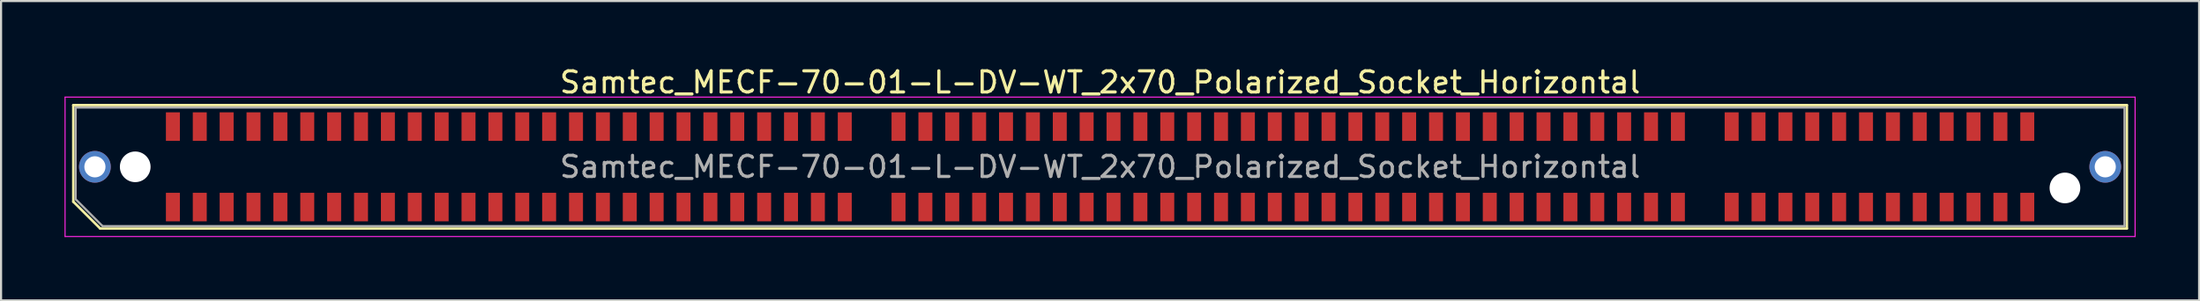
<source format=kicad_pcb>
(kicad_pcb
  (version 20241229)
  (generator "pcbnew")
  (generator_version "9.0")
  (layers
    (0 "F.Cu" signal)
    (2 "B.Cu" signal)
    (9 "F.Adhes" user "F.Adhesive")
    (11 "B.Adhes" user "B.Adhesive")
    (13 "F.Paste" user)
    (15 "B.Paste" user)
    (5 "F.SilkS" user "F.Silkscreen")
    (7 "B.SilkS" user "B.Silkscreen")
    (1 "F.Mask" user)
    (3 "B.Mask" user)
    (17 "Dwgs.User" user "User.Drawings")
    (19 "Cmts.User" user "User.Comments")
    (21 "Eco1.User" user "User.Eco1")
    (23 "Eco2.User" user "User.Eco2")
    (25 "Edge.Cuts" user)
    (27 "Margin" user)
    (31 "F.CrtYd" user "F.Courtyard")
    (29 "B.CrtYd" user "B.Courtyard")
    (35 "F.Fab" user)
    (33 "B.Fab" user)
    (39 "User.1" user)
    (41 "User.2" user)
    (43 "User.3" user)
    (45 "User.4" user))
  (footprint "Samtec_MECF-70-01-L-DV-WT_2x70_Polarized_Socket_Horizontal"
    (layer "F.Cu")
    (at 48.935 4.848)
    (property "Reference" "Samtec_MECF-70-01-L-DV-WT_2x70_Polarized_Socket_Horizontal" (at 0 -4 0) (layer "F.SilkS") (effects (font (size 1 1) (thickness 0.15))))
    (attr smd)
    (fp_line (start -48.52 -2.92) (end 48.52 -2.92) (stroke (width 0.12) (type solid)) (layer "F.SilkS"))
    (fp_line (start -48.52 1.65) (end -48.52 -2.92) (stroke (width 0.12) (type solid)) (layer "F.SilkS"))
    (fp_line (start -47.25 2.92) (end -48.52 1.65) (stroke (width 0.12) (type solid)) (layer "F.SilkS"))
    (fp_line (start -47.25 2.92) (end 48.52 2.92) (stroke (width 0.12) (type solid)) (layer "F.SilkS"))
    (fp_line (start 48.52 2.92) (end 48.52 -2.92) (stroke (width 0.12) (type solid)) (layer "F.SilkS"))
    (fp_line (start -48.91 -3.3) (end -48.91 3.3) (stroke (width 0.05) (type solid)) (layer "F.CrtYd"))
    (fp_line (start -48.91 3.3) (end 48.91 3.3) (stroke (width 0.05) (type solid)) (layer "F.CrtYd"))
    (fp_line (start 48.91 -3.3) (end -48.91 -3.3) (stroke (width 0.05) (type solid)) (layer "F.CrtYd"))
    (fp_line (start 48.91 3.3) (end 48.91 -3.3) (stroke (width 0.05) (type solid)) (layer "F.CrtYd"))
    (fp_line (start -48.41 -2.805) (end 48.41 -2.805) (stroke (width 0.1) (type solid)) (layer "F.Fab"))
    (fp_line (start -48.41 1.535) (end -48.41 -2.805) (stroke (width 0.1) (type solid)) (layer "F.Fab"))
    (fp_line (start -48.41 1.535) (end -47.14 2.805) (stroke (width 0.1) (type solid)) (layer "F.Fab"))
    (fp_line (start -47.14 2.805) (end 48.41 2.805) (stroke (width 0.1) (type solid)) (layer "F.Fab"))
    (fp_line (start 48.41 2.805) (end 48.41 -2.805) (stroke (width 0.1) (type solid)) (layer "F.Fab"))
    (fp_text user "${REFERENCE}" (at 0 0 0) (layer "F.Fab") (effects (font (size 1 1) (thickness 0.15))))
    (pad "" thru_hole circle (at -47.5 0) (size 1.5 1.5) (drill 1) (layers "*.Cu" "*.Mask"))
    (pad "" np_thru_hole circle (at -45.595 0) (size 1.45 1.45) (drill 1.45) (layers "*.Cu" "*.Mask"))
    (pad "" np_thru_hole circle (at 45.595 1) (size 1.45 1.45) (drill 1.45) (layers "*.Cu" "*.Mask"))
    (pad "" thru_hole circle (at 47.5 0) (size 1.5 1.5) (drill 1) (layers "*.Cu" "*.Mask"))
    (pad "1" smd rect (at -43.815 1.905) (size 0.66 1.35) (layers "F.Cu" "F.Mask" "F.Paste"))
    (pad "2" smd rect (at -43.815 -1.905) (size 0.66 1.35) (layers "F.Cu" "F.Mask" "F.Paste"))
    (pad "3" smd rect (at -42.545 1.905) (size 0.66 1.35) (layers "F.Cu" "F.Mask" "F.Paste"))
    (pad "4" smd rect (at -42.545 -1.905) (size 0.66 1.35) (layers "F.Cu" "F.Mask" "F.Paste"))
    (pad "5" smd rect (at -41.275 1.905) (size 0.66 1.35) (layers "F.Cu" "F.Mask" "F.Paste"))
    (pad "6" smd rect (at -41.275 -1.905) (size 0.66 1.35) (layers "F.Cu" "F.Mask" "F.Paste"))
    (pad "7" smd rect (at -40.005 1.905) (size 0.66 1.35) (layers "F.Cu" "F.Mask" "F.Paste"))
    (pad "8" smd rect (at -40.005 -1.905) (size 0.66 1.35) (layers "F.Cu" "F.Mask" "F.Paste"))
    (pad "9" smd rect (at -38.735 1.905) (size 0.66 1.35) (layers "F.Cu" "F.Mask" "F.Paste"))
    (pad "10" smd rect (at -38.735 -1.905) (size 0.66 1.35) (layers "F.Cu" "F.Mask" "F.Paste"))
    (pad "11" smd rect (at -37.465 1.905) (size 0.66 1.35) (layers "F.Cu" "F.Mask" "F.Paste"))
    (pad "12" smd rect (at -37.465 -1.905) (size 0.66 1.35) (layers "F.Cu" "F.Mask" "F.Paste"))
    (pad "13" smd rect (at -36.195 1.905) (size 0.66 1.35) (layers "F.Cu" "F.Mask" "F.Paste"))
    (pad "14" smd rect (at -36.195 -1.905) (size 0.66 1.35) (layers "F.Cu" "F.Mask" "F.Paste"))
    (pad "15" smd rect (at -34.925 1.905) (size 0.66 1.35) (layers "F.Cu" "F.Mask" "F.Paste"))
    (pad "16" smd rect (at -34.925 -1.905) (size 0.66 1.35) (layers "F.Cu" "F.Mask" "F.Paste"))
    (pad "17" smd rect (at -33.655 1.905) (size 0.66 1.35) (layers "F.Cu" "F.Mask" "F.Paste"))
    (pad "18" smd rect (at -33.655 -1.905) (size 0.66 1.35) (layers "F.Cu" "F.Mask" "F.Paste"))
    (pad "19" smd rect (at -32.385 1.905) (size 0.66 1.35) (layers "F.Cu" "F.Mask" "F.Paste"))
    (pad "20" smd rect (at -32.385 -1.905) (size 0.66 1.35) (layers "F.Cu" "F.Mask" "F.Paste"))
    (pad "21" smd rect (at -31.115 1.905) (size 0.66 1.35) (layers "F.Cu" "F.Mask" "F.Paste"))
    (pad "22" smd rect (at -31.115 -1.905) (size 0.66 1.35) (layers "F.Cu" "F.Mask" "F.Paste"))
    (pad "23" smd rect (at -29.845 1.905) (size 0.66 1.35) (layers "F.Cu" "F.Mask" "F.Paste"))
    (pad "24" smd rect (at -29.845 -1.905) (size 0.66 1.35) (layers "F.Cu" "F.Mask" "F.Paste"))
    (pad "25" smd rect (at -28.575 1.905) (size 0.66 1.35) (layers "F.Cu" "F.Mask" "F.Paste"))
    (pad "26" smd rect (at -28.575 -1.905) (size 0.66 1.35) (layers "F.Cu" "F.Mask" "F.Paste"))
    (pad "27" smd rect (at -27.305 1.905) (size 0.66 1.35) (layers "F.Cu" "F.Mask" "F.Paste"))
    (pad "28" smd rect (at -27.305 -1.905) (size 0.66 1.35) (layers "F.Cu" "F.Mask" "F.Paste"))
    (pad "29" smd rect (at -26.035 1.905) (size 0.66 1.35) (layers "F.Cu" "F.Mask" "F.Paste"))
    (pad "30" smd rect (at -26.035 -1.905) (size 0.66 1.35) (layers "F.Cu" "F.Mask" "F.Paste"))
    (pad "31" smd rect (at -24.765 1.905) (size 0.66 1.35) (layers "F.Cu" "F.Mask" "F.Paste"))
    (pad "32" smd rect (at -24.765 -1.905) (size 0.66 1.35) (layers "F.Cu" "F.Mask" "F.Paste"))
    (pad "33" smd rect (at -23.495 1.905) (size 0.66 1.35) (layers "F.Cu" "F.Mask" "F.Paste"))
    (pad "34" smd rect (at -23.495 -1.905) (size 0.66 1.35) (layers "F.Cu" "F.Mask" "F.Paste"))
    (pad "35" smd rect (at -22.225 1.905) (size 0.66 1.35) (layers "F.Cu" "F.Mask" "F.Paste"))
    (pad "36" smd rect (at -22.225 -1.905) (size 0.66 1.35) (layers "F.Cu" "F.Mask" "F.Paste"))
    (pad "37" smd rect (at -20.955 1.905) (size 0.66 1.35) (layers "F.Cu" "F.Mask" "F.Paste"))
    (pad "38" smd rect (at -20.955 -1.905) (size 0.66 1.35) (layers "F.Cu" "F.Mask" "F.Paste"))
    (pad "39" smd rect (at -19.685 1.905) (size 0.66 1.35) (layers "F.Cu" "F.Mask" "F.Paste"))
    (pad "40" smd rect (at -19.685 -1.905) (size 0.66 1.35) (layers "F.Cu" "F.Mask" "F.Paste"))
    (pad "41" smd rect (at -18.415 1.905) (size 0.66 1.35) (layers "F.Cu" "F.Mask" "F.Paste"))
    (pad "42" smd rect (at -18.415 -1.905) (size 0.66 1.35) (layers "F.Cu" "F.Mask" "F.Paste"))
    (pad "43" smd rect (at -17.145 1.905) (size 0.66 1.35) (layers "F.Cu" "F.Mask" "F.Paste"))
    (pad "44" smd rect (at -17.145 -1.905) (size 0.66 1.35) (layers "F.Cu" "F.Mask" "F.Paste"))
    (pad "45" smd rect (at -15.875 1.905) (size 0.66 1.35) (layers "F.Cu" "F.Mask" "F.Paste"))
    (pad "46" smd rect (at -15.875 -1.905) (size 0.66 1.35) (layers "F.Cu" "F.Mask" "F.Paste"))
    (pad "47" smd rect (at -14.605 1.905) (size 0.66 1.35) (layers "F.Cu" "F.Mask" "F.Paste"))
    (pad "48" smd rect (at -14.605 -1.905) (size 0.66 1.35) (layers "F.Cu" "F.Mask" "F.Paste"))
    (pad "49" smd rect (at -13.335 1.905) (size 0.66 1.35) (layers "F.Cu" "F.Mask" "F.Paste"))
    (pad "50" smd rect (at -13.335 -1.905) (size 0.66 1.35) (layers "F.Cu" "F.Mask" "F.Paste"))
    (pad "51" smd rect (at -12.065 1.905) (size 0.66 1.35) (layers "F.Cu" "F.Mask" "F.Paste"))
    (pad "52" smd rect (at -12.065 -1.905) (size 0.66 1.35) (layers "F.Cu" "F.Mask" "F.Paste"))
    (pad "55" smd rect (at -9.525 1.905) (size 0.66 1.35) (layers "F.Cu" "F.Mask" "F.Paste"))
    (pad "56" smd rect (at -9.525 -1.905) (size 0.66 1.35) (layers "F.Cu" "F.Mask" "F.Paste"))
    (pad "57" smd rect (at -8.255 1.905) (size 0.66 1.35) (layers "F.Cu" "F.Mask" "F.Paste"))
    (pad "58" smd rect (at -8.255 -1.905) (size 0.66 1.35) (layers "F.Cu" "F.Mask" "F.Paste"))
    (pad "59" smd rect (at -6.985 1.905) (size 0.66 1.35) (layers "F.Cu" "F.Mask" "F.Paste"))
    (pad "60" smd rect (at -6.985 -1.905) (size 0.66 1.35) (layers "F.Cu" "F.Mask" "F.Paste"))
    (pad "61" smd rect (at -5.715 1.905) (size 0.66 1.35) (layers "F.Cu" "F.Mask" "F.Paste"))
    (pad "62" smd rect (at -5.715 -1.905) (size 0.66 1.35) (layers "F.Cu" "F.Mask" "F.Paste"))
    (pad "63" smd rect (at -4.445 1.905) (size 0.66 1.35) (layers "F.Cu" "F.Mask" "F.Paste"))
    (pad "64" smd rect (at -4.445 -1.905) (size 0.66 1.35) (layers "F.Cu" "F.Mask" "F.Paste"))
    (pad "65" smd rect (at -3.175 1.905) (size 0.66 1.35) (layers "F.Cu" "F.Mask" "F.Paste"))
    (pad "66" smd rect (at -3.175 -1.905) (size 0.66 1.35) (layers "F.Cu" "F.Mask" "F.Paste"))
    (pad "67" smd rect (at -1.905 1.905) (size 0.66 1.35) (layers "F.Cu" "F.Mask" "F.Paste"))
    (pad "68" smd rect (at -1.905 -1.905) (size 0.66 1.35) (layers "F.Cu" "F.Mask" "F.Paste"))
    (pad "69" smd rect (at -0.635 1.905) (size 0.66 1.35) (layers "F.Cu" "F.Mask" "F.Paste"))
    (pad "70" smd rect (at -0.635 -1.905) (size 0.66 1.35) (layers "F.Cu" "F.Mask" "F.Paste"))
    (pad "71" smd rect (at 0.635 1.905) (size 0.66 1.35) (layers "F.Cu" "F.Mask" "F.Paste"))
    (pad "72" smd rect (at 0.635 -1.905) (size 0.66 1.35) (layers "F.Cu" "F.Mask" "F.Paste"))
    (pad "73" smd rect (at 1.905 1.905) (size 0.66 1.35) (layers "F.Cu" "F.Mask" "F.Paste"))
    (pad "74" smd rect (at 1.905 -1.905) (size 0.66 1.35) (layers "F.Cu" "F.Mask" "F.Paste"))
    (pad "75" smd rect (at 3.175 1.905) (size 0.66 1.35) (layers "F.Cu" "F.Mask" "F.Paste"))
    (pad "76" smd rect (at 3.175 -1.905) (size 0.66 1.35) (layers "F.Cu" "F.Mask" "F.Paste"))
    (pad "77" smd rect (at 4.445 1.905) (size 0.66 1.35) (layers "F.Cu" "F.Mask" "F.Paste"))
    (pad "78" smd rect (at 4.445 -1.905) (size 0.66 1.35) (layers "F.Cu" "F.Mask" "F.Paste"))
    (pad "79" smd rect (at 5.715 1.905) (size 0.66 1.35) (layers "F.Cu" "F.Mask" "F.Paste"))
    (pad "80" smd rect (at 5.715 -1.905) (size 0.66 1.35) (layers "F.Cu" "F.Mask" "F.Paste"))
    (pad "81" smd rect (at 6.985 1.905) (size 0.66 1.35) (layers "F.Cu" "F.Mask" "F.Paste"))
    (pad "82" smd rect (at 6.985 -1.905) (size 0.66 1.35) (layers "F.Cu" "F.Mask" "F.Paste"))
    (pad "83" smd rect (at 8.255 1.905) (size 0.66 1.35) (layers "F.Cu" "F.Mask" "F.Paste"))
    (pad "84" smd rect (at 8.255 -1.905) (size 0.66 1.35) (layers "F.Cu" "F.Mask" "F.Paste"))
    (pad "85" smd rect (at 9.525 1.905) (size 0.66 1.35) (layers "F.Cu" "F.Mask" "F.Paste"))
    (pad "86" smd rect (at 9.525 -1.905) (size 0.66 1.35) (layers "F.Cu" "F.Mask" "F.Paste"))
    (pad "87" smd rect (at 10.795 1.905) (size 0.66 1.35) (layers "F.Cu" "F.Mask" "F.Paste"))
    (pad "88" smd rect (at 10.795 -1.905) (size 0.66 1.35) (layers "F.Cu" "F.Mask" "F.Paste"))
    (pad "89" smd rect (at 12.065 1.905) (size 0.66 1.35) (layers "F.Cu" "F.Mask" "F.Paste"))
    (pad "90" smd rect (at 12.065 -1.905) (size 0.66 1.35) (layers "F.Cu" "F.Mask" "F.Paste"))
    (pad "91" smd rect (at 13.335 1.905) (size 0.66 1.35) (layers "F.Cu" "F.Mask" "F.Paste"))
    (pad "92" smd rect (at 13.335 -1.905) (size 0.66 1.35) (layers "F.Cu" "F.Mask" "F.Paste"))
    (pad "93" smd rect (at 14.605 1.905) (size 0.66 1.35) (layers "F.Cu" "F.Mask" "F.Paste"))
    (pad "94" smd rect (at 14.605 -1.905) (size 0.66 1.35) (layers "F.Cu" "F.Mask" "F.Paste"))
    (pad "95" smd rect (at 15.875 1.905) (size 0.66 1.35) (layers "F.Cu" "F.Mask" "F.Paste"))
    (pad "96" smd rect (at 15.875 -1.905) (size 0.66 1.35) (layers "F.Cu" "F.Mask" "F.Paste"))
    (pad "97" smd rect (at 17.145 1.905) (size 0.66 1.35) (layers "F.Cu" "F.Mask" "F.Paste"))
    (pad "98" smd rect (at 17.145 -1.905) (size 0.66 1.35) (layers "F.Cu" "F.Mask" "F.Paste"))
    (pad "99" smd rect (at 18.415 1.905) (size 0.66 1.35) (layers "F.Cu" "F.Mask" "F.Paste"))
    (pad "100" smd rect (at 18.415 -1.905) (size 0.66 1.35) (layers "F.Cu" "F.Mask" "F.Paste"))
    (pad "101" smd rect (at 19.685 1.905) (size 0.66 1.35) (layers "F.Cu" "F.Mask" "F.Paste"))
    (pad "102" smd rect (at 19.685 -1.905) (size 0.66 1.35) (layers "F.Cu" "F.Mask" "F.Paste"))
    (pad "103" smd rect (at 20.955 1.905) (size 0.66 1.35) (layers "F.Cu" "F.Mask" "F.Paste"))
    (pad "104" smd rect (at 20.955 -1.905) (size 0.66 1.35) (layers "F.Cu" "F.Mask" "F.Paste"))
    (pad "105" smd rect (at 22.225 1.905) (size 0.66 1.35) (layers "F.Cu" "F.Mask" "F.Paste"))
    (pad "106" smd rect (at 22.225 -1.905) (size 0.66 1.35) (layers "F.Cu" "F.Mask" "F.Paste"))
    (pad "107" smd rect (at 23.495 1.905) (size 0.66 1.35) (layers "F.Cu" "F.Mask" "F.Paste"))
    (pad "108" smd rect (at 23.495 -1.905) (size 0.66 1.35) (layers "F.Cu" "F.Mask" "F.Paste"))
    (pad "109" smd rect (at 24.765 1.905) (size 0.66 1.35) (layers "F.Cu" "F.Mask" "F.Paste"))
    (pad "110" smd rect (at 24.765 -1.905) (size 0.66 1.35) (layers "F.Cu" "F.Mask" "F.Paste"))
    (pad "111" smd rect (at 26.035 1.905) (size 0.66 1.35) (layers "F.Cu" "F.Mask" "F.Paste"))
    (pad "112" smd rect (at 26.035 -1.905) (size 0.66 1.35) (layers "F.Cu" "F.Mask" "F.Paste"))
    (pad "113" smd rect (at 27.305 1.905) (size 0.66 1.35) (layers "F.Cu" "F.Mask" "F.Paste"))
    (pad "114" smd rect (at 27.305 -1.905) (size 0.66 1.35) (layers "F.Cu" "F.Mask" "F.Paste"))
    (pad "117" smd rect (at 29.845 1.905) (size 0.66 1.35) (layers "F.Cu" "F.Mask" "F.Paste"))
    (pad "118" smd rect (at 29.845 -1.905) (size 0.66 1.35) (layers "F.Cu" "F.Mask" "F.Paste"))
    (pad "119" smd rect (at 31.115 1.905) (size 0.66 1.35) (layers "F.Cu" "F.Mask" "F.Paste"))
    (pad "120" smd rect (at 31.115 -1.905) (size 0.66 1.35) (layers "F.Cu" "F.Mask" "F.Paste"))
    (pad "121" smd rect (at 32.385 1.905) (size 0.66 1.35) (layers "F.Cu" "F.Mask" "F.Paste"))
    (pad "122" smd rect (at 32.385 -1.905) (size 0.66 1.35) (layers "F.Cu" "F.Mask" "F.Paste"))
    (pad "123" smd rect (at 33.655 1.905) (size 0.66 1.35) (layers "F.Cu" "F.Mask" "F.Paste"))
    (pad "124" smd rect (at 33.655 -1.905) (size 0.66 1.35) (layers "F.Cu" "F.Mask" "F.Paste"))
    (pad "125" smd rect (at 34.925 1.905) (size 0.66 1.35) (layers "F.Cu" "F.Mask" "F.Paste"))
    (pad "126" smd rect (at 34.925 -1.905) (size 0.66 1.35) (layers "F.Cu" "F.Mask" "F.Paste"))
    (pad "127" smd rect (at 36.195 1.905) (size 0.66 1.35) (layers "F.Cu" "F.Mask" "F.Paste"))
    (pad "128" smd rect (at 36.195 -1.905) (size 0.66 1.35) (layers "F.Cu" "F.Mask" "F.Paste"))
    (pad "129" smd rect (at 37.465 1.905) (size 0.66 1.35) (layers "F.Cu" "F.Mask" "F.Paste"))
    (pad "130" smd rect (at 37.465 -1.905) (size 0.66 1.35) (layers "F.Cu" "F.Mask" "F.Paste"))
    (pad "131" smd rect (at 38.735 1.905) (size 0.66 1.35) (layers "F.Cu" "F.Mask" "F.Paste"))
    (pad "132" smd rect (at 38.735 -1.905) (size 0.66 1.35) (layers "F.Cu" "F.Mask" "F.Paste"))
    (pad "133" smd rect (at 40.005 1.905) (size 0.66 1.35) (layers "F.Cu" "F.Mask" "F.Paste"))
    (pad "134" smd rect (at 40.005 -1.905) (size 0.66 1.35) (layers "F.Cu" "F.Mask" "F.Paste"))
    (pad "135" smd rect (at 41.275 1.905) (size 0.66 1.35) (layers "F.Cu" "F.Mask" "F.Paste"))
    (pad "136" smd rect (at 41.275 -1.905) (size 0.66 1.35) (layers "F.Cu" "F.Mask" "F.Paste"))
    (pad "137" smd rect (at 42.545 1.905) (size 0.66 1.35) (layers "F.Cu" "F.Mask" "F.Paste"))
    (pad "138" smd rect (at 42.545 -1.905) (size 0.66 1.35) (layers "F.Cu" "F.Mask" "F.Paste"))
    (pad "139" smd rect (at 43.815 1.905) (size 0.66 1.35) (layers "F.Cu" "F.Mask" "F.Paste"))
    (pad "140" smd rect (at 43.815 -1.905) (size 0.66 1.35) (layers "F.Cu" "F.Mask" "F.Paste")))
  (gr_rect
    (start -3 -3)
    (end 100.87 11.173)
    (stroke (width 0.1) (type default))
    (fill no)
    (layer "Edge.Cuts")))
</source>
